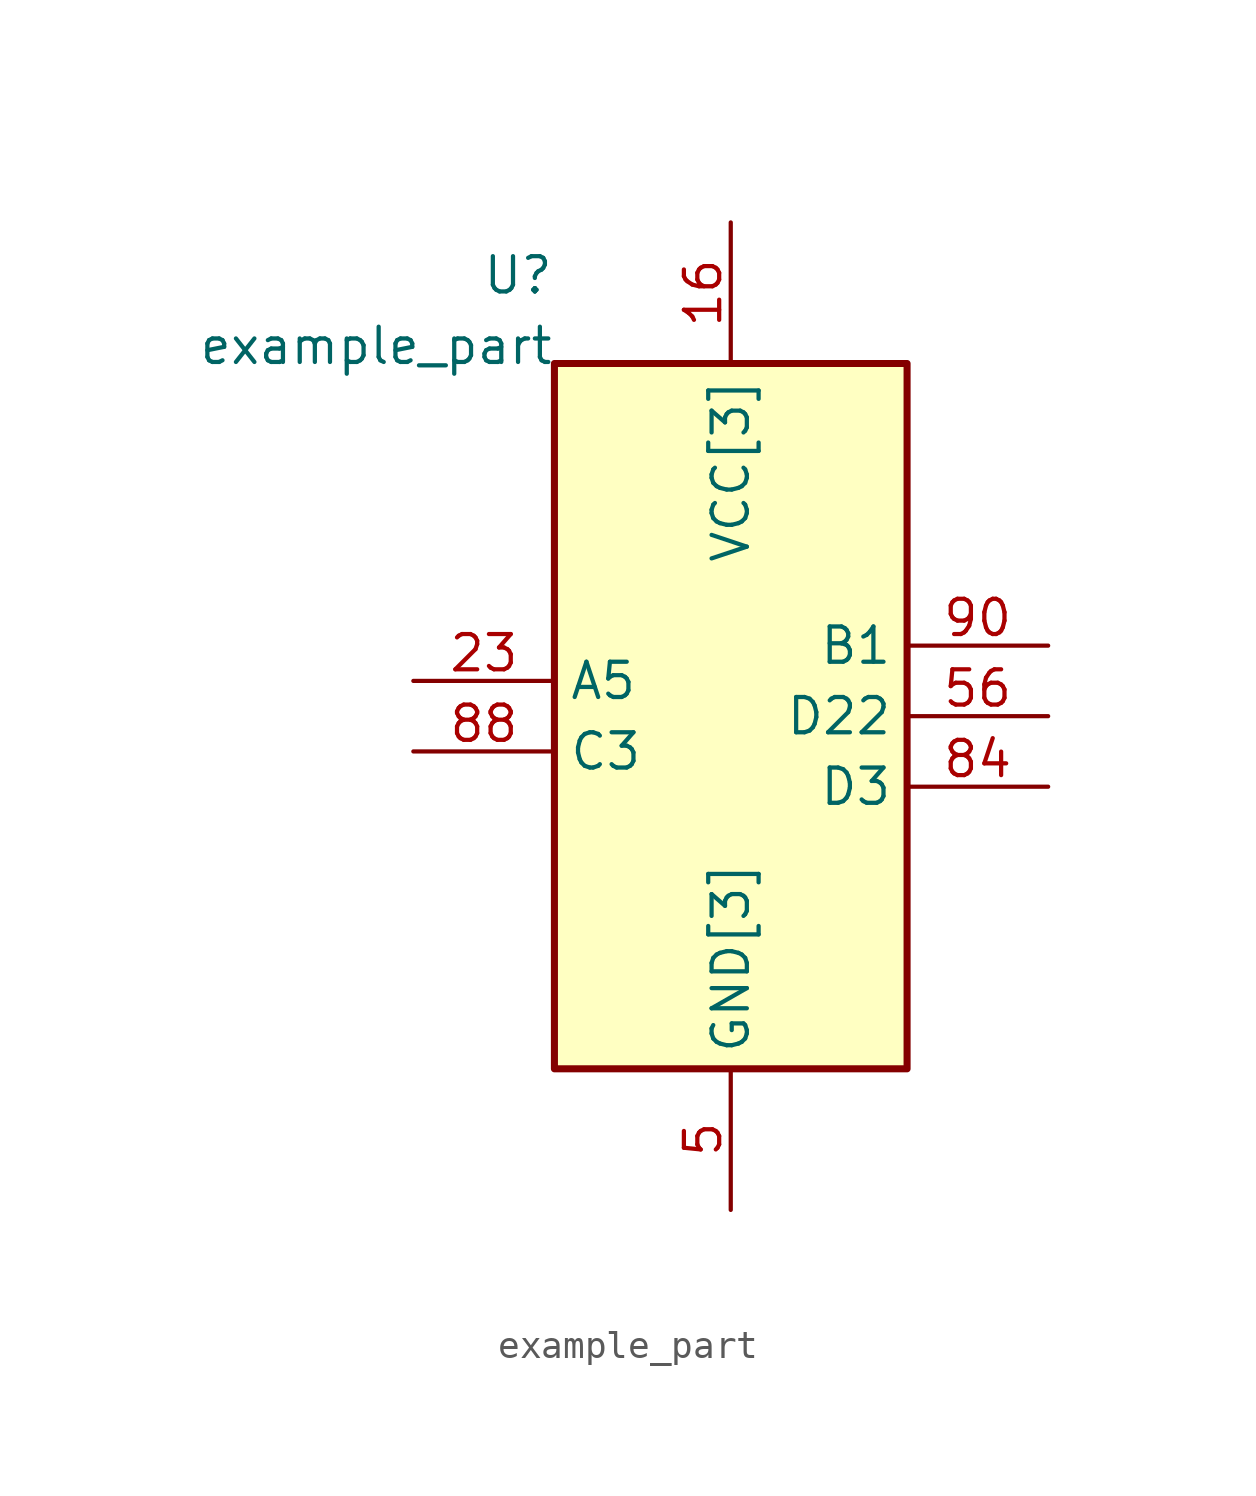
<source format=kicad_sym>
(kicad_symbol_lib
  (version 20241209)
  (generator "kicad_symbol_editor")
  (generator_version "8.0")
  (symbol "example_part"
    (property "Reference" "U"
      (at -6.35 15.875 0)
      (effects (font (size 1.27 1.27)) (justify right) (hide no)))
    (property "Value" "example_part"
      (at -6.35 13.335 0)
      (effects (font (size 1.27 1.27)) (justify right) (hide no)))
    (symbol "example_part_1_1"
      (rectangle (start -6.35 -12.7) (end 6.35 12.7) (stroke (width 0.254) (type solid)) (fill (type background)))
      (pin input line (at -11.43 1.27 0) (length 5.08) (name "A5" (effects (font (size 1.27 1.27)))) (number "23" (effects (font (size 1.27 1.27)))))
      (pin bidirectional line (at -11.43 -1.27 0) (length 5.08) (name "C3" (effects (font (size 1.27 1.27)))) (number "88" (effects (font (size 1.27 1.27)))))
      (pin output line (at 11.43 2.54 180) (length 5.08) (name "B1" (effects (font (size 1.27 1.27)))) (number "90" (effects (font (size 1.27 1.27)))))
      (pin tri_state line (at 11.43 0.0 180) (length 5.08) (name "D22" (effects (font (size 1.27 1.27)))) (number "56" (effects (font (size 1.27 1.27)))))
      (pin tri_state line (at 11.43 -2.54 180) (length 5.08) (name "D3" (effects (font (size 1.27 1.27)))) (number "84" (effects (font (size 1.27 1.27)))))
      (pin power_in line (at 0.0 17.78 270) (length 5.08) (name "VCC[3]" (effects (font (size 1.27 1.27)))) (number "16" (effects (font (size 1.27 1.27)))))
      (pin power_in line (at 0.0 17.78 270) (length 5.08) (hide yes) (name "VCC[3]" (effects (font (size 1.27 1.27)))) (number "29" (effects (font (size 1.27 1.27)))))
      (pin power_in line (at 0.0 17.78 270) (length 5.08) (hide yes) (name "VCC[3]" (effects (font (size 1.27 1.27)))) (number "99" (effects (font (size 1.27 1.27)))))
      (pin power_in line (at 0.0 -17.78 90) (length 5.08) (name "GND[3]" (effects (font (size 1.27 1.27)))) (number "5" (effects (font (size 1.27 1.27)))))
      (pin power_in line (at 0.0 -17.78 90) (length 5.08) (hide yes) (name "GND[3]" (effects (font (size 1.27 1.27)))) (number "98" (effects (font (size 1.27 1.27)))))
      (pin power_in line (at 0.0 -17.78 90) (length 5.08) (hide yes) (name "GND[3]" (effects (font (size 1.27 1.27)))) (number "59" (effects (font (size 1.27 1.27))))))))
</source>
